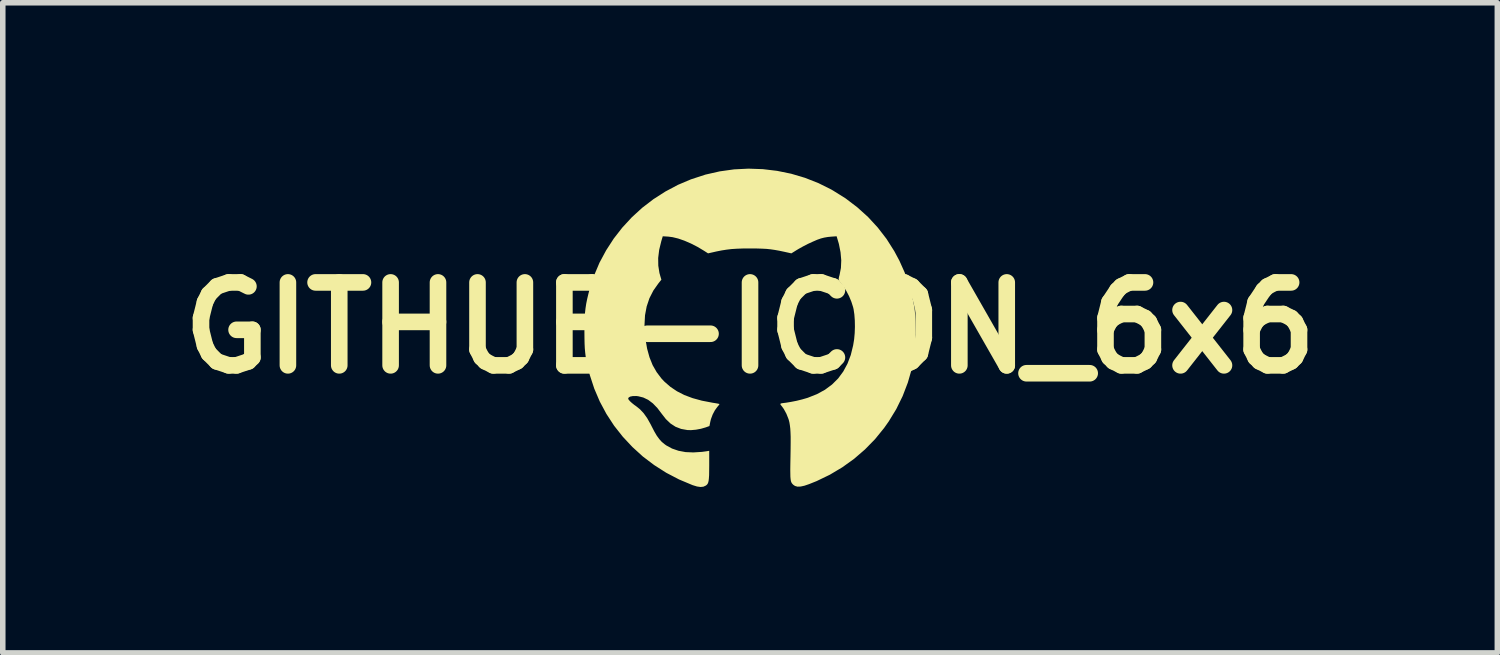
<source format=kicad_pcb>
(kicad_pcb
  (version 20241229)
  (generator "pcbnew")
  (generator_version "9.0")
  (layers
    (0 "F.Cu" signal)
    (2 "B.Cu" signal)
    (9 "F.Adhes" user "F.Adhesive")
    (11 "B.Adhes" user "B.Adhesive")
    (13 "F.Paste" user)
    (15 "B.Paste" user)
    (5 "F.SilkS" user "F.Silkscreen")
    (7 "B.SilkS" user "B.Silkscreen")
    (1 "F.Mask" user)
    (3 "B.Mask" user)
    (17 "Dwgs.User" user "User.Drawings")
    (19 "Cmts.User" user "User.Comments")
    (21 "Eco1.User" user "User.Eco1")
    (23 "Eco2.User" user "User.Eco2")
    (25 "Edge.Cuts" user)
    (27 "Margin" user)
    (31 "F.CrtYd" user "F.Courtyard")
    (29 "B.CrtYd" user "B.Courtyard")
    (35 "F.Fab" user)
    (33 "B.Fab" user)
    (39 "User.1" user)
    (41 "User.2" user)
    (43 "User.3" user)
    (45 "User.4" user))
  (footprint "GITHUB-ICON_6x6"
    (layer "F.Cu")
    (at 10.514 2.879)
    (property "Reference" "GITHUB-ICON_6x6" (at 0 0 0) (layer "F.SilkS") (effects (font (size 1.5 1.5) (thickness 0.3))))
    (attr board_only exclude_from_pos_files exclude_from_bom)
    (fp_poly (pts (xy 0.232 -2.87) (xy 0.491 -2.839) (xy 0.745 -2.787) (xy 0.994 -2.713) (xy 1.236 -2.618) (xy 1.469 -2.502) (xy 1.503 -2.482) (xy 1.73 -2.34) (xy 1.94 -2.18) (xy 2.134 -2.005) (xy 2.31 -1.814) (xy 2.469 -1.608) (xy 2.609 -1.387) (xy 2.702 -1.213) (xy 2.796 -1.003) (xy 2.872 -0.796) (xy 2.93 -0.586) (xy 2.973 -0.366) (xy 2.974 -0.363) (xy 2.981 -0.299) (xy 2.987 -0.218) (xy 2.992 -0.124) (xy 2.994 -0.021) (xy 2.996 0.084) (xy 2.995 0.188) (xy 2.993 0.286) (xy 2.989 0.372) (xy 2.983 0.442) (xy 2.979 0.469) (xy 2.927 0.735) (xy 2.854 0.99) (xy 2.76 1.235) (xy 2.645 1.469) (xy 2.509 1.692) (xy 2.425 1.811) (xy 2.261 2.013) (xy 2.079 2.199) (xy 1.882 2.369) (xy 1.669 2.522) (xy 1.444 2.656) (xy 1.206 2.771) (xy 1.069 2.826) (xy 0.984 2.855) (xy 0.915 2.87) (xy 0.859 2.872) (xy 0.815 2.86) (xy 0.787 2.842) (xy 0.771 2.827) (xy 0.758 2.812) (xy 0.747 2.793) (xy 0.739 2.769) (xy 0.734 2.737) (xy 0.73 2.694) (xy 0.729 2.639) (xy 0.728 2.568) (xy 0.729 2.479) (xy 0.731 2.371) (xy 0.732 2.322) (xy 0.734 2.185) (xy 0.735 2.07) (xy 0.735 1.972) (xy 0.732 1.89) (xy 0.728 1.822) (xy 0.721 1.764) (xy 0.713 1.714) (xy 0.702 1.669) (xy 0.695 1.647) (xy 0.658 1.554) (xy 0.611 1.468) (xy 0.578 1.422) (xy 0.558 1.397) (xy 0.548 1.381) (xy 0.552 1.371) (xy 0.572 1.364) (xy 0.61 1.359) (xy 0.651 1.354) (xy 0.742 1.339) (xy 0.843 1.319) (xy 0.944 1.294) (xy 1.034 1.268) (xy 1.046 1.264) (xy 1.21 1.199) (xy 1.355 1.12) (xy 1.483 1.025) (xy 1.593 0.916) (xy 1.686 0.79) (xy 1.762 0.649) (xy 1.822 0.492) (xy 1.865 0.317) (xy 1.883 0.206) (xy 1.893 0.096) (xy 1.897 -0.019) (xy 1.895 -0.134) (xy 1.887 -0.242) (xy 1.873 -0.337) (xy 1.864 -0.375) (xy 1.833 -0.472) (xy 1.791 -0.573) (xy 1.741 -0.669) (xy 1.688 -0.751) (xy 1.681 -0.761) (xy 1.652 -0.799) (xy 1.627 -0.831) (xy 1.611 -0.852) (xy 1.609 -0.855) (xy 1.603 -0.87) (xy 1.604 -0.894) (xy 1.612 -0.932) (xy 1.619 -0.955) (xy 1.644 -1.083) (xy 1.65 -1.221) (xy 1.637 -1.367) (xy 1.607 -1.518) (xy 1.592 -1.569) (xy 1.566 -1.656) (xy 1.466 -1.649) (xy 1.406 -1.643) (xy 1.342 -1.632) (xy 1.287 -1.618) (xy 1.283 -1.617) (xy 1.215 -1.593) (xy 1.134 -1.558) (xy 1.047 -1.518) (xy 0.96 -1.473) (xy 0.881 -1.429) (xy 0.846 -1.408) (xy 0.748 -1.347) (xy 0.617 -1.376) (xy 0.527 -1.395) (xy 0.448 -1.409) (xy 0.373 -1.42) (xy 0.298 -1.428) (xy 0.217 -1.432) (xy 0.124 -1.435) (xy 0.015 -1.436) (xy -0.006 -1.436) (xy -0.131 -1.435) (xy -0.239 -1.431) (xy -0.334 -1.425) (xy -0.424 -1.414) (xy -0.514 -1.4) (xy -0.609 -1.381) (xy -0.657 -1.37) (xy -0.759 -1.347) (xy -0.832 -1.394) (xy -0.949 -1.464) (xy -1.068 -1.525) (xy -1.186 -1.576) (xy -1.298 -1.615) (xy -1.401 -1.64) (xy -1.478 -1.65) (xy -1.578 -1.656) (xy -1.605 -1.566) (xy -1.643 -1.41) (xy -1.661 -1.263) (xy -1.659 -1.124) (xy -1.638 -0.991) (xy -1.621 -0.931) (xy -1.603 -0.871) (xy -1.656 -0.805) (xy -1.748 -0.675) (xy -1.819 -0.536) (xy -1.869 -0.387) (xy -1.899 -0.228) (xy -1.908 -0.058) (xy -1.907 0.011) (xy -1.891 0.203) (xy -1.861 0.377) (xy -1.818 0.533) (xy -1.761 0.675) (xy -1.688 0.802) (xy -1.601 0.917) (xy -1.547 0.974) (xy -1.44 1.067) (xy -1.321 1.147) (xy -1.188 1.215) (xy -1.039 1.271) (xy -0.871 1.317) (xy -0.684 1.353) (xy -0.68 1.354) (xy -0.629 1.362) (xy -0.588 1.369) (xy -0.561 1.375) (xy -0.553 1.378) (xy -0.557 1.388) (xy -0.574 1.41) (xy -0.592 1.431) (xy -0.636 1.492) (xy -0.676 1.568) (xy -0.707 1.651) (xy -0.719 1.701) (xy -0.734 1.776) (xy -0.804 1.801) (xy -0.887 1.825) (xy -0.978 1.842) (xy -1.068 1.85) (xy -1.134 1.848) (xy -1.246 1.828) (xy -1.347 1.789) (xy -1.438 1.73) (xy -1.522 1.65) (xy -1.593 1.559) (xy -1.675 1.451) (xy -1.757 1.366) (xy -1.842 1.302) (xy -1.93 1.26) (xy -2.022 1.237) (xy -2.057 1.233) (xy -2.12 1.234) (xy -2.166 1.243) (xy -2.195 1.26) (xy -2.204 1.281) (xy -2.195 1.299) (xy -2.171 1.327) (xy -2.136 1.359) (xy -2.094 1.393) (xy -2.061 1.416) (xy -1.989 1.474) (xy -1.922 1.546) (xy -1.859 1.635) (xy -1.797 1.745) (xy -1.781 1.777) (xy -1.732 1.872) (xy -1.687 1.949) (xy -1.642 2.011) (xy -1.596 2.062) (xy -1.544 2.105) (xy -1.515 2.126) (xy -1.41 2.183) (xy -1.294 2.223) (xy -1.166 2.247) (xy -1.025 2.253) (xy -0.868 2.243) (xy -0.794 2.233) (xy -0.738 2.224) (xy -0.738 2.49) (xy -0.739 2.587) (xy -0.74 2.664) (xy -0.744 2.723) (xy -0.749 2.767) (xy -0.757 2.799) (xy -0.768 2.823) (xy -0.783 2.84) (xy -0.8 2.853) (xy -0.844 2.873) (xy -0.896 2.878) (xy -0.959 2.869) (xy -1.037 2.845) (xy -1.04 2.844) (xy -1.283 2.742) (xy -1.515 2.621) (xy -1.733 2.482) (xy -1.938 2.327) (xy -2.127 2.155) (xy -2.301 1.969) (xy -2.458 1.77) (xy -2.597 1.557) (xy -2.717 1.333) (xy -2.817 1.099) (xy -2.897 0.855) (xy -2.918 0.772) (xy -2.941 0.678) (xy -2.958 0.596) (xy -2.972 0.52) (xy -2.981 0.447) (xy -2.988 0.37) (xy -2.992 0.284) (xy -2.994 0.186) (xy -2.995 0.069) (xy -2.995 0.064) (xy -2.994 -0.062) (xy -2.99 -0.171) (xy -2.985 -0.266) (xy -2.975 -0.354) (xy -2.962 -0.439) (xy -2.944 -0.527) (xy -2.921 -0.623) (xy -2.9 -0.701) (xy -2.821 -0.945) (xy -2.722 -1.179) (xy -2.602 -1.402) (xy -2.464 -1.615) (xy -2.309 -1.814) (xy -2.137 -2) (xy -1.95 -2.171) (xy -1.748 -2.326) (xy -1.533 -2.464) (xy -1.306 -2.585) (xy -1.067 -2.686) (xy -0.819 -2.767) (xy -0.803 -2.772) (xy -0.547 -2.83) (xy -0.288 -2.866) (xy -0.028 -2.879)) (stroke (width 0) (type solid)) (fill yes) (layer "F.SilkS")))
  (gr_rect
    (start -3 -3)
    (end 24.029 8.757)
    (stroke (width 0.1) (type default))
    (fill no)
    (layer "Edge.Cuts")))
</source>
